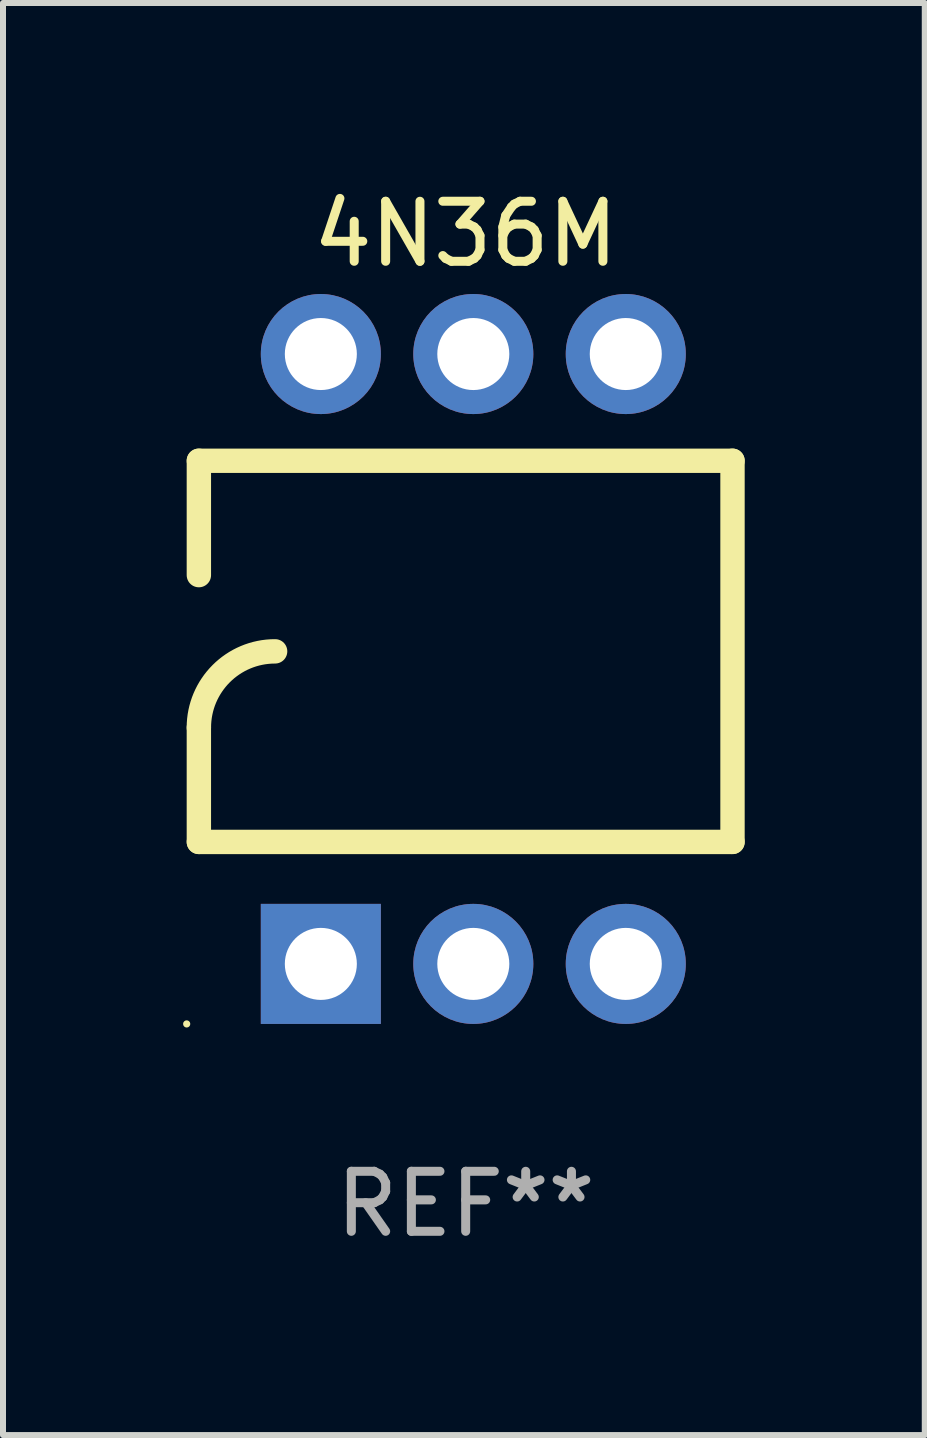
<source format=kicad_pcb>
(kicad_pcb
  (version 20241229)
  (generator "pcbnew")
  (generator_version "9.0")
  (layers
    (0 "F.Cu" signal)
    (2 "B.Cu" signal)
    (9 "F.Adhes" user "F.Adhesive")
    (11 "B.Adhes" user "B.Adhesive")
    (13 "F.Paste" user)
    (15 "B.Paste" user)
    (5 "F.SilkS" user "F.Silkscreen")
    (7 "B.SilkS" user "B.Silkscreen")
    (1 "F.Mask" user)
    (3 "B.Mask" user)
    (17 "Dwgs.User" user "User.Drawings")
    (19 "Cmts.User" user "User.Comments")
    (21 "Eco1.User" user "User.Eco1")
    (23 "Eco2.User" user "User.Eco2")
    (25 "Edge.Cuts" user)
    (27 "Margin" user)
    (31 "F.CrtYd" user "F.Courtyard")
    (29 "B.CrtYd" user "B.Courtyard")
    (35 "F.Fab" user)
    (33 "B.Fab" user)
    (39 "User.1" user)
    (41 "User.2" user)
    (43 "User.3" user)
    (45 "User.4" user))
  (footprint "4N36M"
    (layer "F.Cu")
    (at 4.708 7.928)
    (property "Reference" "4N36M" (at 0 -7.08 0) (layer "F.SilkS") (effects (font (size 1 1) (thickness 0.15))))
    (attr through_hole)
    (fp_line (start -4.445 -3.302) (end 4.445 -3.302) (stroke (width 0.406) (type solid)) (layer "F.SilkS"))
    (fp_line (start -4.445 -1.397) (end -4.445 -3.302) (stroke (width 0.406) (type solid)) (layer "F.SilkS"))
    (fp_line (start -4.445 3.048) (end -4.445 1.143) (stroke (width 0.406) (type solid)) (layer "F.SilkS"))
    (fp_line (start -4.445 3.048) (end 4.445 3.048) (stroke (width 0.406) (type solid)) (layer "F.SilkS"))
    (fp_line (start 4.445 -3.302) (end 4.445 3.048) (stroke (width 0.406) (type solid)) (layer "F.SilkS"))
    (fp_arc (start -4.444983 1.143002) (mid -4.073008 0.244974) (end -3.17498 -0.127) (stroke (width 0.4064) (type solid)) (layer "F.SilkS"))
    (fp_circle (center -4.648 6.08) (end -4.618 6.08) (stroke (width 0.06) (type solid)) (fill no) (layer "F.SilkS"))
    (fp_text user "REF**" (at 0 9.08 0) (layer "F.Fab") (effects (font (size 1 1) (thickness 0.15))))
    (pad "1" thru_hole rect (at -2.413 5.08 90) (size 2 2) (drill 1.2) (layers "*.Cu" "*.Mask"))
    (pad "2" thru_hole circle (at 0.127 5.08) (size 2 2) (drill 1.2) (layers "*.Cu" "*.Mask"))
    (pad "3" thru_hole circle (at 2.667 5.08) (size 2 2) (drill 1.2) (layers "*.Cu" "*.Mask"))
    (pad "4" thru_hole circle (at 2.667 -5.08) (size 2 2) (drill 1.2) (layers "*.Cu" "*.Mask"))
    (pad "5" thru_hole circle (at 0.127 -5.08) (size 2 2) (drill 1.2) (layers "*.Cu" "*.Mask"))
    (pad "6" thru_hole circle (at -2.413 -5.08) (size 2 2) (drill 1.2) (layers "*.Cu" "*.Mask")))
  (gr_rect
    (start -3 -3)
    (end 12.356 20.857)
    (stroke (width 0.1) (type default))
    (fill no)
    (layer "Edge.Cuts")))
</source>
